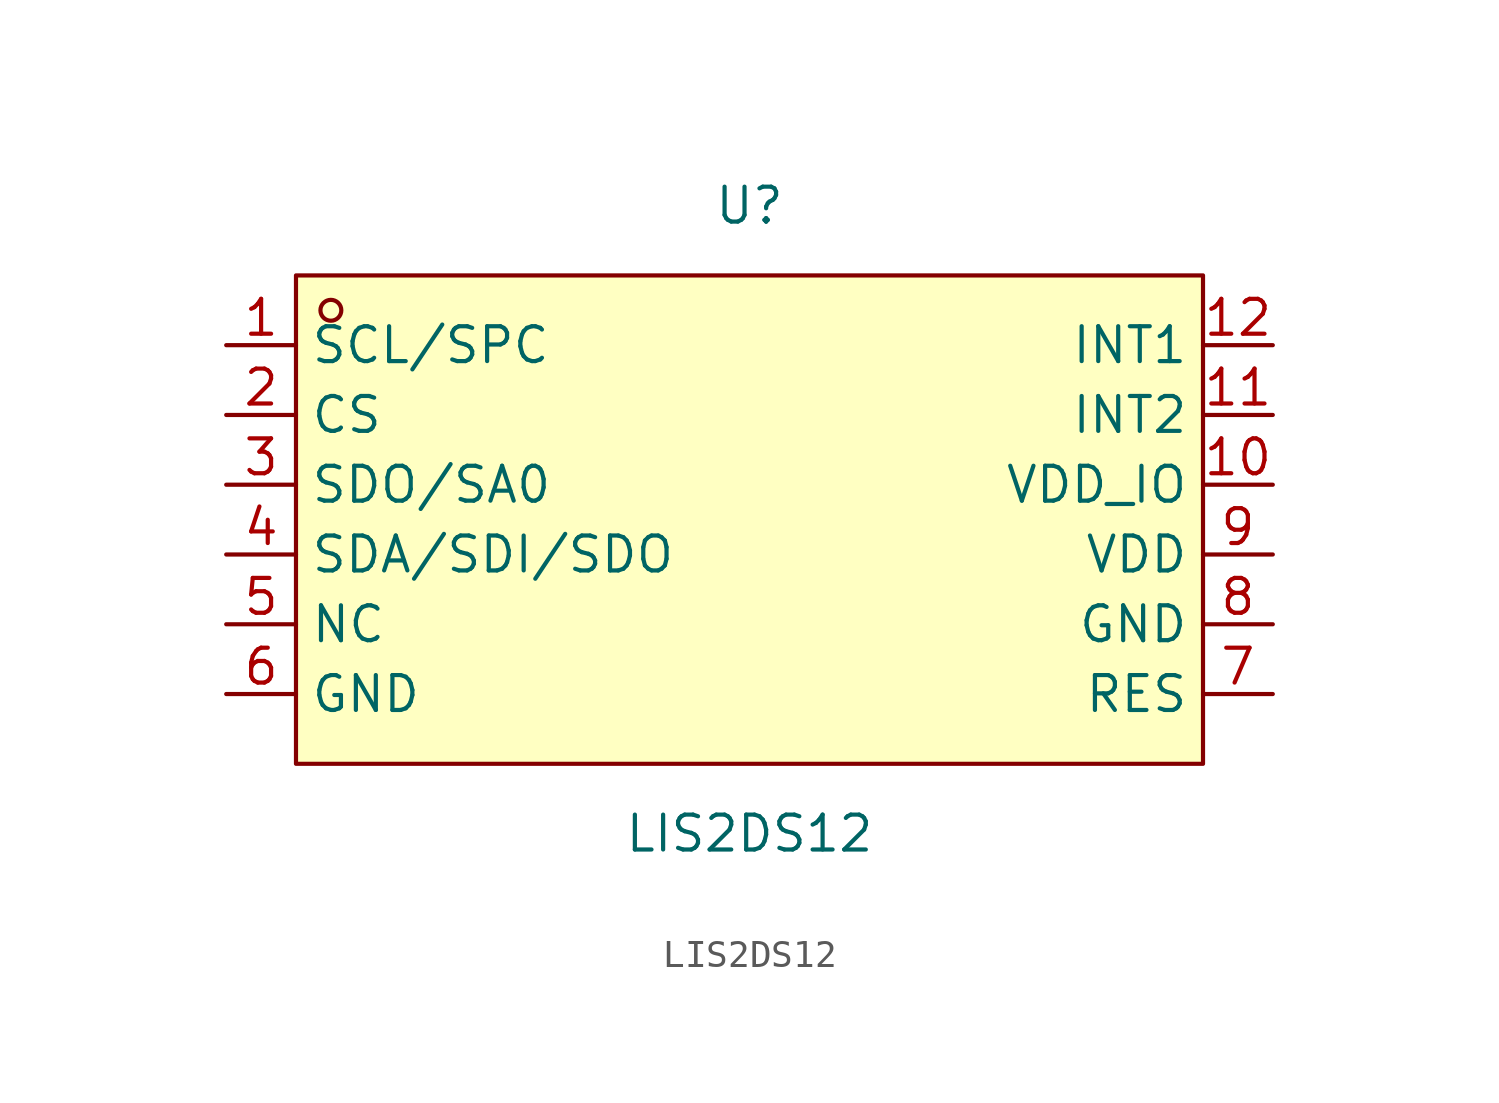
<source format=kicad_sym>
(kicad_symbol_lib
  (version 20211014)
  (generator https://github.com/uPesy/easyeda2kicad.py)
  (symbol "LIS2DS12"
    (property "Reference" "U"
      (at 0 11.43 0)
      (effects (font (size 1.27 1.27))))
    (property "Value" "LIS2DS12"
      (at 0 -11.43 0)
      (effects (font (size 1.27 1.27))))
    (symbol "LIS2DS12_0_1"
      (rectangle (start -16.51 8.89) (end 16.51 -8.89) (stroke (width 0) (type default) (color 0 0 0 0)) (fill (type background)))
      (circle (center -15.24 7.62) (radius 0.38) (stroke (width 0) (type default) (color 0 0 0 0)) (fill (type none)))
      (pin unspecified line (at -19.05 6.35 0) (length 2.54) (name "SCL/SPC" (effects (font (size 1.27 1.27)))) (number "1" (effects (font (size 1.27 1.27)))))
      (pin unspecified line (at -19.05 3.81 0) (length 2.54) (name "CS" (effects (font (size 1.27 1.27)))) (number "2" (effects (font (size 1.27 1.27)))))
      (pin unspecified line (at -19.05 1.27 0) (length 2.54) (name "SDO/SA0" (effects (font (size 1.27 1.27)))) (number "3" (effects (font (size 1.27 1.27)))))
      (pin unspecified line (at -19.05 -1.27 0) (length 2.54) (name "SDA/SDI/SDO" (effects (font (size 1.27 1.27)))) (number "4" (effects (font (size 1.27 1.27)))))
      (pin unspecified line (at -19.05 -3.81 0) (length 2.54) (name "NC" (effects (font (size 1.27 1.27)))) (number "5" (effects (font (size 1.27 1.27)))))
      (pin unspecified line (at -19.05 -6.35 0) (length 2.54) (name "GND" (effects (font (size 1.27 1.27)))) (number "6" (effects (font (size 1.27 1.27)))))
      (pin unspecified line (at 19.05 -6.35 180) (length 2.54) (name "RES" (effects (font (size 1.27 1.27)))) (number "7" (effects (font (size 1.27 1.27)))))
      (pin unspecified line (at 19.05 -3.81 180) (length 2.54) (name "GND" (effects (font (size 1.27 1.27)))) (number "8" (effects (font (size 1.27 1.27)))))
      (pin unspecified line (at 19.05 -1.27 180) (length 2.54) (name "VDD" (effects (font (size 1.27 1.27)))) (number "9" (effects (font (size 1.27 1.27)))))
      (pin unspecified line (at 19.05 1.27 180) (length 2.54) (name "VDD_IO" (effects (font (size 1.27 1.27)))) (number "10" (effects (font (size 1.27 1.27)))))
      (pin unspecified line (at 19.05 3.81 180) (length 2.54) (name "INT2" (effects (font (size 1.27 1.27)))) (number "11" (effects (font (size 1.27 1.27)))))
      (pin unspecified line (at 19.05 6.35 180) (length 2.54) (name "INT1" (effects (font (size 1.27 1.27)))) (number "12" (effects (font (size 1.27 1.27))))))))
</source>
